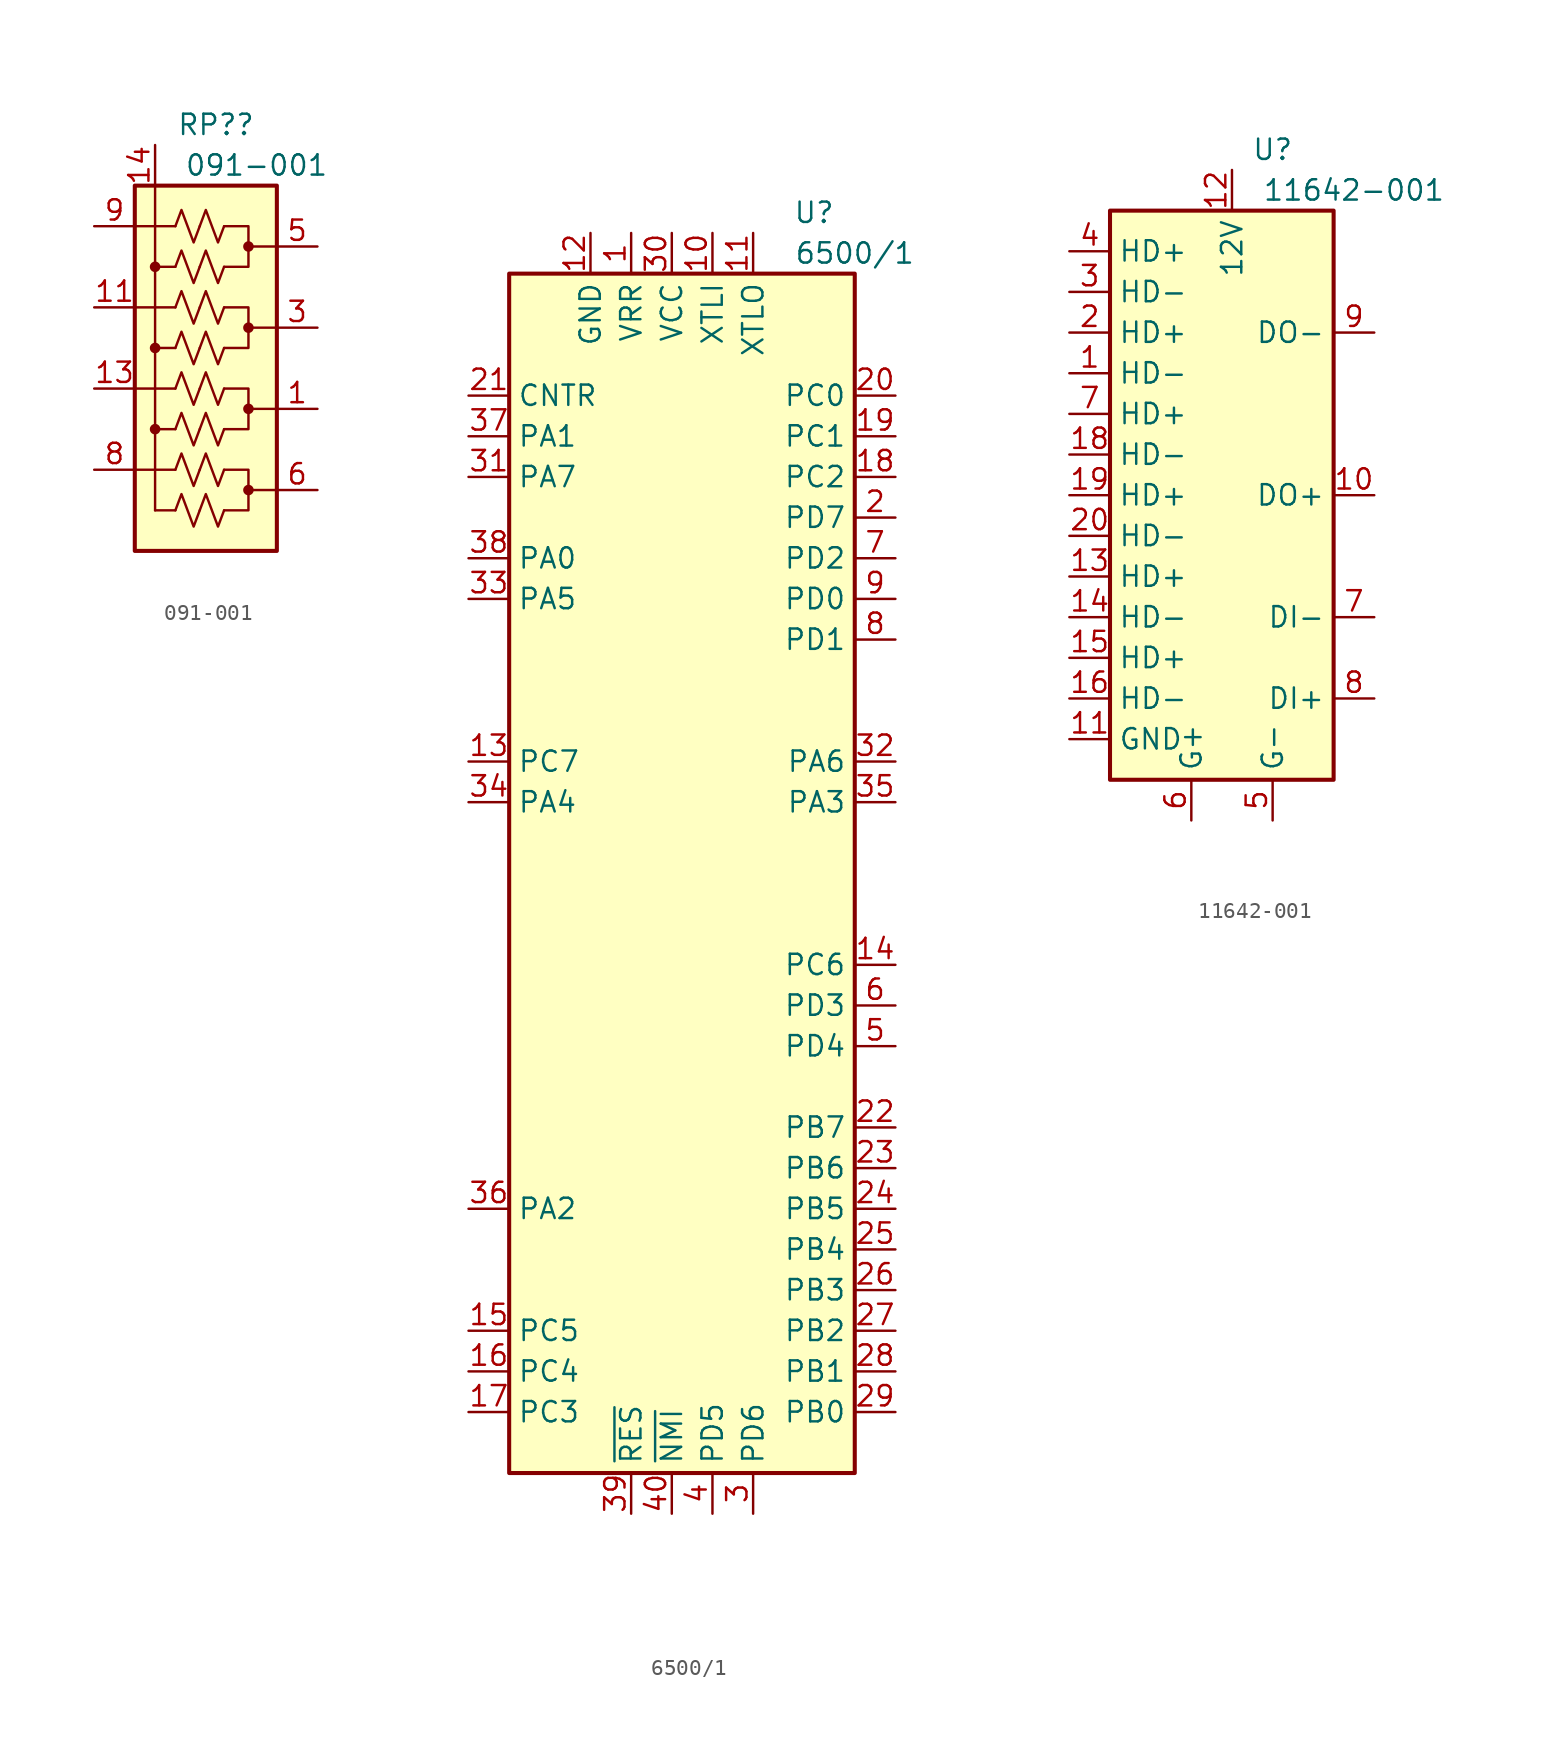
<source format=kicad_sym>
(kicad_symbol_lib
  (version 20220914)
  (generator kicad_symbol_editor)
  (symbol "091-001"
    (pin_names hide)
    (property "Reference" "RP?"
      (at 5.08 3.81 0)
      (effects (font (size 1.27 1.27))))
    (property "Value" "091-001"
      (at 7.62 1.27 0)
      (effects (font (size 1.27 1.27))))
    (symbol "091-001_0_1"
      (polyline (pts (xy 1.27 -20.32) (xy 1.27 0)) (stroke (width 0) (type default)) (fill (type none)))
      (polyline (pts (xy 2.54 -20.32) (xy 1.27 -20.32)) (stroke (width 0) (type default)) (fill (type none)))
      (polyline (pts (xy 2.54 -17.78) (xy 0 -17.78)) (stroke (width 0) (type default)) (fill (type none)))
      (polyline (pts (xy 2.54 -15.24) (xy 1.27 -15.24)) (stroke (width 0) (type default)) (fill (type none)))
      (polyline (pts (xy 2.54 -12.7) (xy 0 -12.7)) (stroke (width 0) (type default)) (fill (type none)))
      (polyline (pts (xy 2.54 -10.16) (xy 1.27 -10.16)) (stroke (width 0) (type default)) (fill (type none)))
      (polyline (pts (xy 2.54 -7.62) (xy 0 -7.62)) (stroke (width 0) (type default)) (fill (type none)))
      (polyline (pts (xy 2.54 -5.08) (xy 1.27 -5.08)) (stroke (width 0) (type default)) (fill (type none)))
      (polyline (pts (xy 2.54 -2.54) (xy 0 -2.54)) (stroke (width 0) (type default)) (fill (type none))))
    (symbol "091-001_1_1"
      (polyline (pts (xy 8.89 -19.05) (xy 7.112 -19.05)) (stroke (width 0) (type default)) (fill (type none)))
      (polyline (pts (xy 8.89 -13.97) (xy 7.112 -13.97)) (stroke (width 0) (type default)) (fill (type none)))
      (polyline (pts (xy 8.89 -8.89) (xy 7.112 -8.89)) (stroke (width 0) (type default)) (fill (type none)))
      (polyline (pts (xy 8.89 -3.81) (xy 7.112 -3.81)) (stroke (width 0) (type default)) (fill (type none)))
      (polyline (pts (xy 5.588 -17.78) (xy 7.112 -17.78) (xy 7.112 -20.32) (xy 5.588 -20.32)) (stroke (width 0) (type default)) (fill (type none)))
      (polyline (pts (xy 5.588 -12.7) (xy 7.112 -12.7) (xy 7.112 -15.24) (xy 5.588 -15.24)) (stroke (width 0) (type default)) (fill (type none)))
      (polyline (pts (xy 5.588 -7.62) (xy 7.112 -7.62) (xy 7.112 -10.16) (xy 5.588 -10.16)) (stroke (width 0) (type default)) (fill (type none)))
      (polyline (pts (xy 5.588 -2.54) (xy 7.112 -2.54) (xy 7.112 -5.08) (xy 5.588 -5.08)) (stroke (width 0) (type default)) (fill (type none)))
      (polyline (pts (xy 2.54 -20.32) (xy 2.921 -19.304) (xy 3.302 -20.32) (xy 3.683 -21.336) (xy 4.064 -20.32)) (stroke (width 0) (type default)) (fill (type none)))
      (polyline (pts (xy 2.54 -17.78) (xy 2.921 -16.764) (xy 3.302 -17.78) (xy 3.683 -18.796) (xy 4.064 -17.78)) (stroke (width 0) (type default)) (fill (type none)))
      (polyline (pts (xy 2.54 -15.24) (xy 2.921 -14.224) (xy 3.302 -15.24) (xy 3.683 -16.256) (xy 4.064 -15.24)) (stroke (width 0) (type default)) (fill (type none)))
      (polyline (pts (xy 2.54 -12.7) (xy 2.921 -11.684) (xy 3.302 -12.7) (xy 3.683 -13.716) (xy 4.064 -12.7)) (stroke (width 0) (type default)) (fill (type none)))
      (polyline (pts (xy 2.54 -10.16) (xy 2.921 -9.144) (xy 3.302 -10.16) (xy 3.683 -11.176) (xy 4.064 -10.16)) (stroke (width 0) (type default)) (fill (type none)))
      (polyline (pts (xy 2.54 -7.62) (xy 2.921 -6.604) (xy 3.302 -7.62) (xy 3.683 -8.636) (xy 4.064 -7.62)) (stroke (width 0) (type default)) (fill (type none)))
      (polyline (pts (xy 2.54 -5.08) (xy 2.921 -4.064) (xy 3.302 -5.08) (xy 3.683 -6.096) (xy 4.064 -5.08)) (stroke (width 0) (type default)) (fill (type none)))
      (polyline (pts (xy 2.54 -2.54) (xy 2.921 -1.524) (xy 3.302 -2.54) (xy 3.683 -3.556) (xy 4.064 -2.54)) (stroke (width 0) (type default)) (fill (type none)))
      (polyline (pts (xy 4.064 -20.32) (xy 4.445 -19.304) (xy 4.826 -20.32) (xy 5.207 -21.336) (xy 5.588 -20.32)) (stroke (width 0) (type default)) (fill (type none)))
      (polyline (pts (xy 4.064 -17.78) (xy 4.445 -16.764) (xy 4.826 -17.78) (xy 5.207 -18.796) (xy 5.588 -17.78)) (stroke (width 0) (type default)) (fill (type none)))
      (polyline (pts (xy 4.064 -15.24) (xy 4.445 -14.224) (xy 4.826 -15.24) (xy 5.207 -16.256) (xy 5.588 -15.24)) (stroke (width 0) (type default)) (fill (type none)))
      (polyline (pts (xy 4.064 -12.7) (xy 4.445 -11.684) (xy 4.826 -12.7) (xy 5.207 -13.716) (xy 5.588 -12.7)) (stroke (width 0) (type default)) (fill (type none)))
      (polyline (pts (xy 4.064 -10.16) (xy 4.445 -9.144) (xy 4.826 -10.16) (xy 5.207 -11.176) (xy 5.588 -10.16)) (stroke (width 0) (type default)) (fill (type none)))
      (polyline (pts (xy 4.064 -7.62) (xy 4.445 -6.604) (xy 4.826 -7.62) (xy 5.207 -8.636) (xy 5.588 -7.62)) (stroke (width 0) (type default)) (fill (type none)))
      (polyline (pts (xy 4.064 -5.08) (xy 4.445 -4.064) (xy 4.826 -5.08) (xy 5.207 -6.096) (xy 5.588 -5.08)) (stroke (width 0) (type default)) (fill (type none)))
      (polyline (pts (xy 4.064 -2.54) (xy 4.445 -1.524) (xy 4.826 -2.54) (xy 5.207 -3.556) (xy 5.588 -2.54)) (stroke (width 0) (type default)) (fill (type none)))
      (rectangle (start 0 0) (end 8.89 -22.86) (stroke (width 0.254) (type default)) (fill (type background)))
      (circle (center 1.27 -15.24) (radius 0.254) (stroke (width 0) (type default)) (fill (type outline)))
      (circle (center 1.27 -10.16) (radius 0.254) (stroke (width 0) (type default)) (fill (type outline)))
      (circle (center 1.27 -5.08) (radius 0.254) (stroke (width 0) (type default)) (fill (type outline)))
      (circle (center 7.112 -19.05) (radius 0.254) (stroke (width 0) (type default)) (fill (type outline)))
      (circle (center 7.112 -13.97) (radius 0.254) (stroke (width 0) (type default)) (fill (type outline)))
      (circle (center 7.112 -8.89) (radius 0.254) (stroke (width 0) (type default)) (fill (type outline)))
      (circle (center 7.112 -3.81) (radius 0.254) (stroke (width 0) (type default)) (fill (type outline)))
      (pin passive line (at 11.43 -13.97 180) (length 2.54) (name "1" (effects (font (size 1.27 1.27)))) (number "1" (effects (font (size 1.27 1.27)))))
      (pin passive line (at -2.54 -7.62 0) (length 2.54) (name "11" (effects (font (size 1.27 1.27)))) (number "11" (effects (font (size 1.27 1.27)))))
      (pin passive line (at -2.54 -12.7 0) (length 2.54) (name "13" (effects (font (size 1.27 1.27)))) (number "13" (effects (font (size 1.27 1.27)))))
      (pin passive line (at 1.27 2.54 270) (length 2.54) (name "9" (effects (font (size 1.27 1.27)))) (number "14" (effects (font (size 1.27 1.27)))))
      (pin passive line (at 11.43 -8.89 180) (length 2.54) (name "3" (effects (font (size 1.27 1.27)))) (number "3" (effects (font (size 1.27 1.27)))))
      (pin passive line (at 11.43 -3.81 180) (length 2.54) (name "5" (effects (font (size 1.27 1.27)))) (number "5" (effects (font (size 1.27 1.27)))))
      (pin passive line (at 11.43 -19.05 180) (length 2.54) (name "6" (effects (font (size 1.27 1.27)))) (number "6" (effects (font (size 1.27 1.27)))))
      (pin passive line (at -2.54 -17.78 0) (length 2.54) (name "8" (effects (font (size 1.27 1.27)))) (number "8" (effects (font (size 1.27 1.27)))))
      (pin passive line (at -2.54 -2.54 0) (length 2.54) (name "9" (effects (font (size 1.27 1.27)))) (number "9" (effects (font (size 1.27 1.27)))))))
  (symbol "6500/1"
    (property "Reference" "U"
      (at 19.05 3.81 0)
      (effects (font (size 1.27 1.27))))
    (property "Value" "6500/1"
      (at 21.59 1.27 0)
      (effects (font (size 1.27 1.27))))
    (symbol "6500/1_1_1"
      (rectangle (start 0 0) (end 21.59 -74.93) (stroke (width 0.254) (type default)) (fill (type background)))
      (pin power_in line (at 7.62 2.54 270) (length 2.54) (name "VRR" (effects (font (size 1.27 1.27)))) (number "1" (effects (font (size 1.27 1.27)))))
      (pin input line (at 12.7 2.54 270) (length 2.54) (name "XTLI" (effects (font (size 1.27 1.27)))) (number "10" (effects (font (size 1.27 1.27)))))
      (pin output line (at 15.24 2.54 270) (length 2.54) (name "XTLO" (effects (font (size 1.27 1.27)))) (number "11" (effects (font (size 1.27 1.27)))))
      (pin power_in line (at 5.08 2.54 270) (length 2.54) (name "GND" (effects (font (size 1.27 1.27)))) (number "12" (effects (font (size 1.27 1.27)))))
      (pin bidirectional line (at -2.54 -30.48 0) (length 2.54) (name "PC7" (effects (font (size 1.27 1.27)))) (number "13" (effects (font (size 1.27 1.27)))))
      (pin bidirectional line (at 24.13 -43.18 180) (length 2.54) (name "PC6" (effects (font (size 1.27 1.27)))) (number "14" (effects (font (size 1.27 1.27)))))
      (pin bidirectional line (at -2.54 -66.04 0) (length 2.54) (name "PC5" (effects (font (size 1.27 1.27)))) (number "15" (effects (font (size 1.27 1.27)))))
      (pin bidirectional line (at -2.54 -68.58 0) (length 2.54) (name "PC4" (effects (font (size 1.27 1.27)))) (number "16" (effects (font (size 1.27 1.27)))))
      (pin bidirectional line (at -2.54 -71.12 0) (length 2.54) (name "PC3" (effects (font (size 1.27 1.27)))) (number "17" (effects (font (size 1.27 1.27)))))
      (pin bidirectional line (at 24.13 -12.7 180) (length 2.54) (name "PC2" (effects (font (size 1.27 1.27)))) (number "18" (effects (font (size 1.27 1.27)))))
      (pin bidirectional line (at 24.13 -10.16 180) (length 2.54) (name "PC1" (effects (font (size 1.27 1.27)))) (number "19" (effects (font (size 1.27 1.27)))))
      (pin bidirectional line (at 24.13 -15.24 180) (length 2.54) (name "PD7" (effects (font (size 1.27 1.27)))) (number "2" (effects (font (size 1.27 1.27)))))
      (pin bidirectional line (at 24.13 -7.62 180) (length 2.54) (name "PC0" (effects (font (size 1.27 1.27)))) (number "20" (effects (font (size 1.27 1.27)))))
      (pin input line (at -2.54 -7.62 0) (length 2.54) (name "CNTR" (effects (font (size 1.27 1.27)))) (number "21" (effects (font (size 1.27 1.27)))))
      (pin bidirectional line (at 24.13 -53.34 180) (length 2.54) (name "PB7" (effects (font (size 1.27 1.27)))) (number "22" (effects (font (size 1.27 1.27)))))
      (pin bidirectional line (at 24.13 -55.88 180) (length 2.54) (name "PB6" (effects (font (size 1.27 1.27)))) (number "23" (effects (font (size 1.27 1.27)))))
      (pin bidirectional line (at 24.13 -58.42 180) (length 2.54) (name "PB5" (effects (font (size 1.27 1.27)))) (number "24" (effects (font (size 1.27 1.27)))))
      (pin bidirectional line (at 24.13 -60.96 180) (length 2.54) (name "PB4" (effects (font (size 1.27 1.27)))) (number "25" (effects (font (size 1.27 1.27)))))
      (pin bidirectional line (at 24.13 -63.5 180) (length 2.54) (name "PB3" (effects (font (size 1.27 1.27)))) (number "26" (effects (font (size 1.27 1.27)))))
      (pin bidirectional line (at 24.13 -66.04 180) (length 2.54) (name "PB2" (effects (font (size 1.27 1.27)))) (number "27" (effects (font (size 1.27 1.27)))))
      (pin bidirectional line (at 24.13 -68.58 180) (length 2.54) (name "PB1" (effects (font (size 1.27 1.27)))) (number "28" (effects (font (size 1.27 1.27)))))
      (pin bidirectional line (at 24.13 -71.12 180) (length 2.54) (name "PB0" (effects (font (size 1.27 1.27)))) (number "29" (effects (font (size 1.27 1.27)))))
      (pin bidirectional line (at 15.24 -77.47 90) (length 2.54) (name "PD6" (effects (font (size 1.27 1.27)))) (number "3" (effects (font (size 1.27 1.27)))))
      (pin power_in line (at 10.16 2.54 270) (length 2.54) (name "VCC" (effects (font (size 1.27 1.27)))) (number "30" (effects (font (size 1.27 1.27)))))
      (pin bidirectional line (at -2.54 -12.7 0) (length 2.54) (name "PA7" (effects (font (size 1.27 1.27)))) (number "31" (effects (font (size 1.27 1.27)))))
      (pin bidirectional line (at 24.13 -30.48 180) (length 2.54) (name "PA6" (effects (font (size 1.27 1.27)))) (number "32" (effects (font (size 1.27 1.27)))))
      (pin bidirectional line (at -2.54 -20.32 0) (length 2.54) (name "PA5" (effects (font (size 1.27 1.27)))) (number "33" (effects (font (size 1.27 1.27)))))
      (pin bidirectional line (at -2.54 -33.02 0) (length 2.54) (name "PA4" (effects (font (size 1.27 1.27)))) (number "34" (effects (font (size 1.27 1.27)))))
      (pin bidirectional line (at 24.13 -33.02 180) (length 2.54) (name "PA3" (effects (font (size 1.27 1.27)))) (number "35" (effects (font (size 1.27 1.27)))))
      (pin bidirectional line (at -2.54 -58.42 0) (length 2.54) (name "PA2" (effects (font (size 1.27 1.27)))) (number "36" (effects (font (size 1.27 1.27)))))
      (pin bidirectional line (at -2.54 -10.16 0) (length 2.54) (name "PA1" (effects (font (size 1.27 1.27)))) (number "37" (effects (font (size 1.27 1.27)))))
      (pin bidirectional line (at -2.54 -17.78 0) (length 2.54) (name "PA0" (effects (font (size 1.27 1.27)))) (number "38" (effects (font (size 1.27 1.27)))))
      (pin input line (at 7.62 -77.47 90) (length 2.54) (name "~{RES}" (effects (font (size 1.27 1.27)))) (number "39" (effects (font (size 1.27 1.27)))))
      (pin bidirectional line (at 12.7 -77.47 90) (length 2.54) (name "PD5" (effects (font (size 1.27 1.27)))) (number "4" (effects (font (size 1.27 1.27)))))
      (pin input line (at 10.16 -77.47 90) (length 2.54) (name "~{NMI}" (effects (font (size 1.27 1.27)))) (number "40" (effects (font (size 1.27 1.27)))))
      (pin bidirectional line (at 24.13 -48.26 180) (length 2.54) (name "PD4" (effects (font (size 1.27 1.27)))) (number "5" (effects (font (size 1.27 1.27)))))
      (pin bidirectional line (at 24.13 -45.72 180) (length 2.54) (name "PD3" (effects (font (size 1.27 1.27)))) (number "6" (effects (font (size 1.27 1.27)))))
      (pin bidirectional line (at 24.13 -17.78 180) (length 2.54) (name "PD2" (effects (font (size 1.27 1.27)))) (number "7" (effects (font (size 1.27 1.27)))))
      (pin bidirectional line (at 24.13 -22.86 180) (length 2.54) (name "PD1" (effects (font (size 1.27 1.27)))) (number "8" (effects (font (size 1.27 1.27)))))
      (pin bidirectional line (at 24.13 -20.32 180) (length 2.54) (name "PD0" (effects (font (size 1.27 1.27)))) (number "9" (effects (font (size 1.27 1.27)))))))
  (symbol "11642-001"
    (property "Reference" "U"
      (at 10.16 3.81 0)
      (effects (font (size 1.27 1.27))))
    (property "Value" "11642-001"
      (at 15.24 1.27 0)
      (effects (font (size 1.27 1.27))))
    (symbol "11642-001_1_1"
      (rectangle (start 0 0) (end 13.97 -35.56) (stroke (width 0.254) (type default)) (fill (type background)))
      (pin input line (at -2.54 -10.16 0) (length 2.54) (name "HD-" (effects (font (size 1.27 1.27)))) (number "1" (effects (font (size 1.27 1.27)))))
      (pin output line (at 16.51 -17.78 180) (length 2.54) (name "DO+" (effects (font (size 1.27 1.27)))) (number "10" (effects (font (size 1.27 1.27)))))
      (pin power_in line (at -2.54 -33.02 0) (length 2.54) (name "GND" (effects (font (size 1.27 1.27)))) (number "11" (effects (font (size 1.27 1.27)))))
      (pin power_in line (at 7.62 2.54 270) (length 2.54) (name "12V" (effects (font (size 1.27 1.27)))) (number "12" (effects (font (size 1.27 1.27)))))
      (pin input line (at -2.54 -22.86 0) (length 2.54) (name "HD+" (effects (font (size 1.27 1.27)))) (number "13" (effects (font (size 1.27 1.27)))))
      (pin input line (at -2.54 -25.4 0) (length 2.54) (name "HD-" (effects (font (size 1.27 1.27)))) (number "14" (effects (font (size 1.27 1.27)))))
      (pin input line (at -2.54 -27.94 0) (length 2.54) (name "HD+" (effects (font (size 1.27 1.27)))) (number "15" (effects (font (size 1.27 1.27)))))
      (pin input line (at -2.54 -30.48 0) (length 2.54) (name "HD-" (effects (font (size 1.27 1.27)))) (number "16" (effects (font (size 1.27 1.27)))))
      (pin input line (at -2.54 -15.24 0) (length 2.54) (name "HD-" (effects (font (size 1.27 1.27)))) (number "18" (effects (font (size 1.27 1.27)))))
      (pin input line (at -2.54 -17.78 0) (length 2.54) (name "HD+" (effects (font (size 1.27 1.27)))) (number "19" (effects (font (size 1.27 1.27)))))
      (pin input line (at -2.54 -7.62 0) (length 2.54) (name "HD+" (effects (font (size 1.27 1.27)))) (number "2" (effects (font (size 1.27 1.27)))))
      (pin input line (at -2.54 -20.32 0) (length 2.54) (name "HD-" (effects (font (size 1.27 1.27)))) (number "20" (effects (font (size 1.27 1.27)))))
      (pin input line (at -2.54 -5.08 0) (length 2.54) (name "HD-" (effects (font (size 1.27 1.27)))) (number "3" (effects (font (size 1.27 1.27)))))
      (pin input line (at -2.54 -2.54 0) (length 2.54) (name "HD+" (effects (font (size 1.27 1.27)))) (number "4" (effects (font (size 1.27 1.27)))))
      (pin passive line (at 10.16 -38.1 90) (length 2.54) (name "G-" (effects (font (size 1.27 1.27)))) (number "5" (effects (font (size 1.27 1.27)))))
      (pin passive line (at 5.08 -38.1 90) (length 2.54) (name "G+" (effects (font (size 1.27 1.27)))) (number "6" (effects (font (size 1.27 1.27)))))
      (pin input line (at 16.51 -25.4 180) (length 2.54) (name "DI-" (effects (font (size 1.27 1.27)))) (number "7" (effects (font (size 1.27 1.27)))))
      (pin input line (at -2.54 -12.7 0) (length 2.54) (name "HD+" (effects (font (size 1.27 1.27)))) (number "7" (effects (font (size 1.27 1.27)))))
      (pin input line (at 16.51 -30.48 180) (length 2.54) (name "DI+" (effects (font (size 1.27 1.27)))) (number "8" (effects (font (size 1.27 1.27)))))
      (pin output line (at 16.51 -7.62 180) (length 2.54) (name "DO-" (effects (font (size 1.27 1.27)))) (number "9" (effects (font (size 1.27 1.27))))))))
</source>
